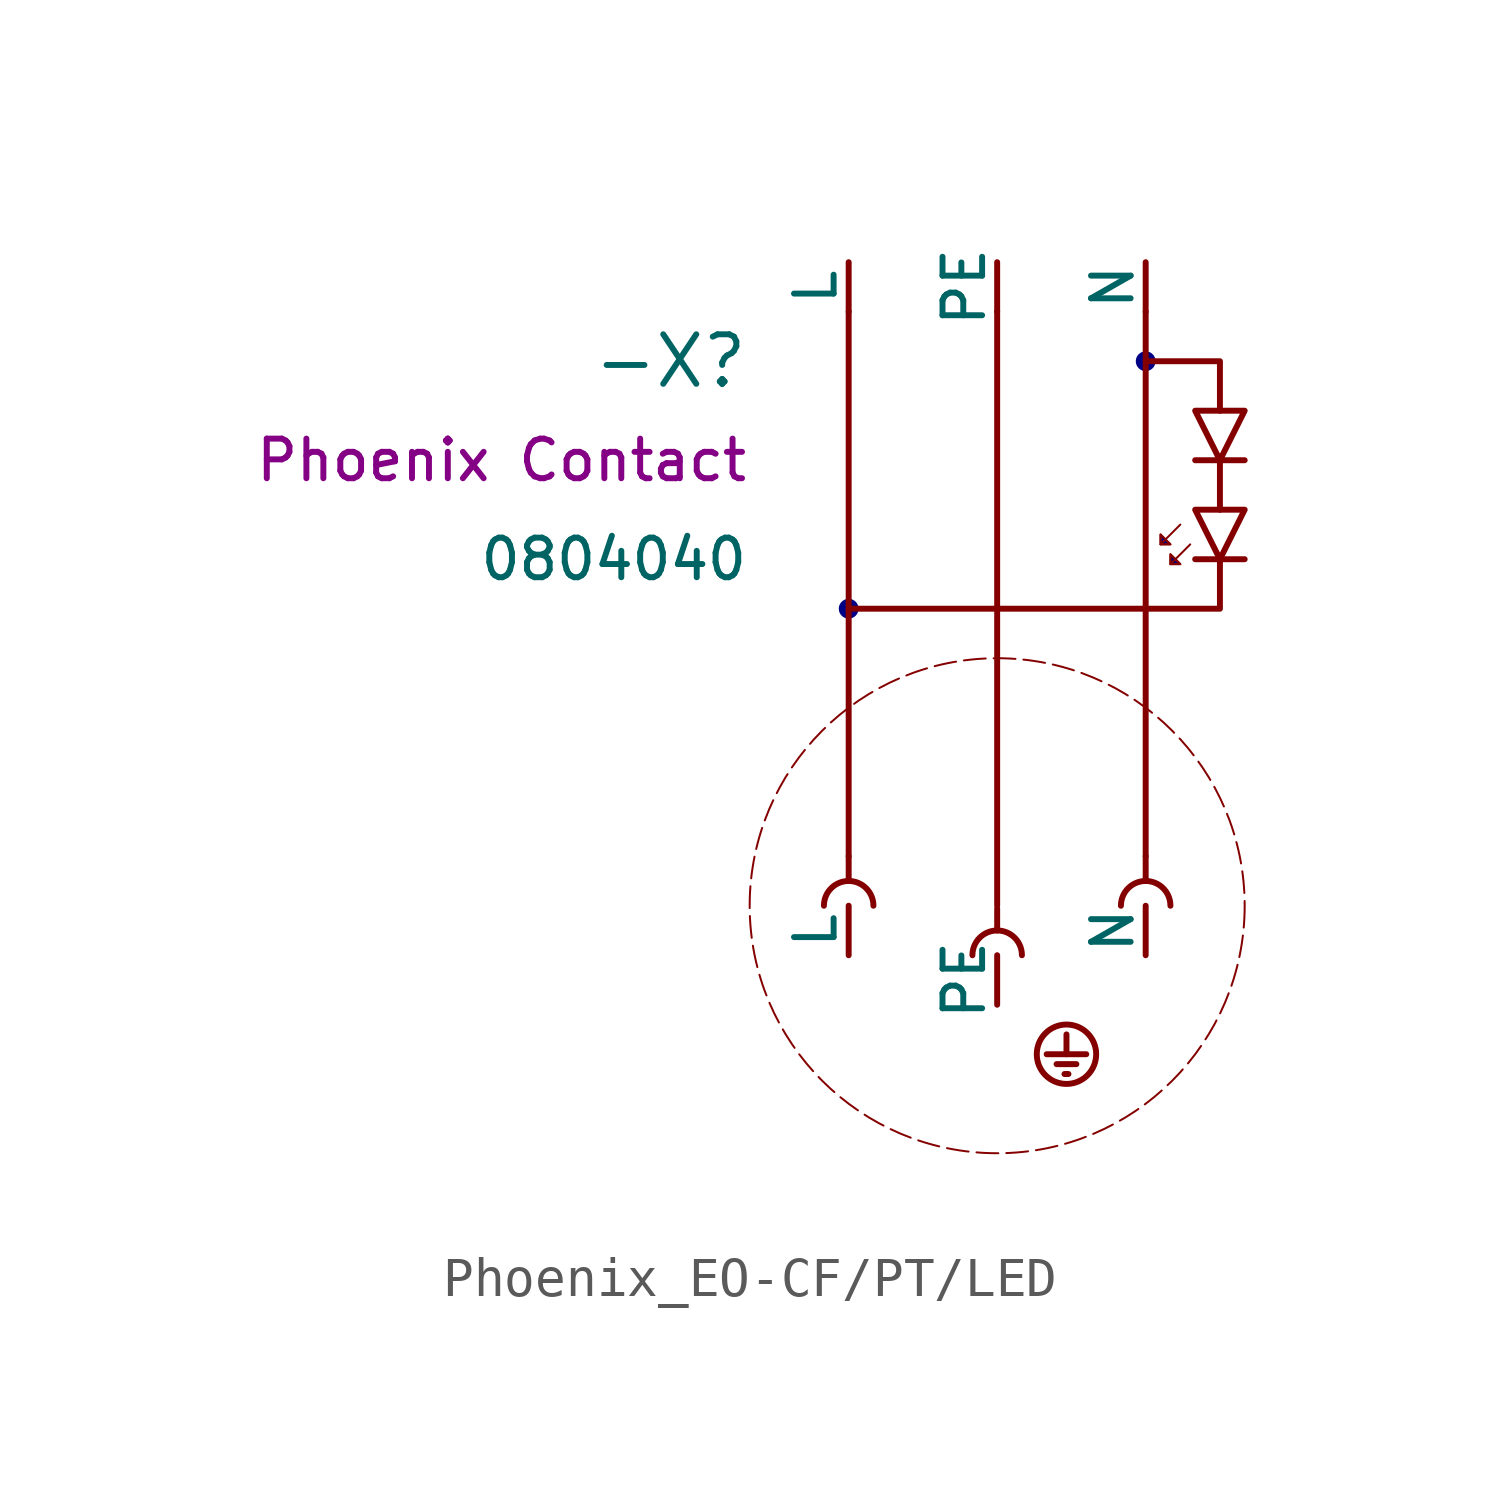
<source format=kicad_sym>
(kicad_symbol_lib
  (version 20231120)
  (generator "kicad_symbol_editor")
  (generator_version "8.0")
  (symbol "Phoenix_EO-CF/PT/LED"
    (pin_numbers hide)
    (pin_names
      (offset 0))
    (property "Reference" "-X"
      (at -2.54 -1.27 0)
      (effects (font (size 1.27 1.27)) (justify right)))
    (property "Value" "${PartNo}"
      (at -2.54 -6.35 0)
      (effects (font (size 1.016 1.016)) (justify right)))
    (property "Manufacturer" "Phoenix Contact"
      (at -2.54 -3.81 0)
      (effects (font (size 1.016 1.016)) (justify right)))
    (property "PartNo" "0804040"
      (at 12.7 -2.54 0)
      (effects (font (size 1.27 1.27)) (justify left) (hide yes)))
    (symbol "Phoenix_EO-CF/PT/LED_0_1"
      (polyline (pts (xy 0 0) (xy 0 -13.97)) (stroke (width 0) (type default)) (fill (type none)))
      (polyline (pts (xy 3.81 0) (xy 3.81 -15.24)) (stroke (width 0) (type default)) (fill (type none)))
      (polyline (pts (xy 7.62 0) (xy 7.62 -13.97)) (stroke (width 0) (type default)) (fill (type none))))
    (symbol "Phoenix_EO-CF/PT/LED_1_1"
      (circle (center 0 -7.62) (radius 0.254) (stroke (width -0.0001) (type default)) (fill (type color) (color 0 0 132 1)))
      (polyline (pts (xy 0 -14.605) (xy 0 -13.97)) (stroke (width 0) (type default)) (fill (type none)))
      (polyline (pts (xy 3.81 -15.875) (xy 3.81 -15.24)) (stroke (width 0) (type default)) (fill (type none)))
      (polyline (pts (xy 5.08 -19.05) (xy 6.096 -19.05)) (stroke (width 0) (type default)) (fill (type none)))
      (polyline (pts (xy 5.334 -19.304) (xy 5.842 -19.304)) (stroke (width 0) (type default)) (fill (type none)))
      (polyline (pts (xy 5.537 -19.558) (xy 5.639 -19.558)) (stroke (width 0) (type default)) (fill (type none)))
      (polyline (pts (xy 5.588 -19.558) (xy 5.588 -19.558)) (stroke (width 0) (type default)) (fill (type none)))
      (polyline (pts (xy 5.588 -19.05) (xy 5.588 -18.542)) (stroke (width 0) (type default)) (fill (type none)))
      (polyline (pts (xy 7.62 -14.605) (xy 7.62 -13.97)) (stroke (width 0) (type default)) (fill (type none)))
      (polyline (pts (xy 8.509 -5.461) (xy 8.001 -5.969)) (stroke (width 0.051) (type default)) (fill (type none)))
      (polyline (pts (xy 8.763 -5.969) (xy 8.255 -6.477)) (stroke (width 0.051) (type default)) (fill (type none)))
      (polyline (pts (xy 8.89 -6.35) (xy 10.16 -6.35)) (stroke (width 0) (type default)) (fill (type none)))
      (polyline (pts (xy 8.89 -3.81) (xy 10.16 -3.81)) (stroke (width 0) (type default)) (fill (type none)))
      (polyline (pts (xy 9.525 -5.08) (xy 9.525 -3.81)) (stroke (width 0) (type default)) (fill (type none)))
      (polyline (pts (xy 9.525 -6.35) (xy 9.525 -7.62) (xy 0 -7.62)) (stroke (width 0) (type default)) (fill (type none)))
      (polyline (pts (xy 9.525 -2.54) (xy 9.525 -1.27) (xy 7.62 -1.27)) (stroke (width 0) (type default)) (fill (type none)))
      (polyline (pts (xy 8.255 -5.969) (xy 8.001 -5.715) (xy 8.001 -5.969) (xy 8.255 -5.969)) (stroke (width 0.051) (type default)) (fill (type color) (color 0 0 132 1)))
      (polyline (pts (xy 8.255 -5.969) (xy 8.001 -5.715) (xy 8.001 -5.969) (xy 8.255 -5.969)) (stroke (width 0.051) (type default)) (fill (type color) (color 0 0 132 1)))
      (polyline (pts (xy 8.509 -6.477) (xy 8.255 -6.223) (xy 8.255 -6.477) (xy 8.509 -6.477)) (stroke (width 0.051) (type default)) (fill (type color) (color 0 0 132 1)))
      (polyline (pts (xy 8.509 -6.477) (xy 8.255 -6.223) (xy 8.255 -6.477) (xy 8.509 -6.477)) (stroke (width 0.051) (type default)) (fill (type color) (color 0 0 132 1)))
      (polyline (pts (xy 8.89 -5.08) (xy 10.16 -5.08) (xy 9.525 -6.35) (xy 8.89 -5.08)) (stroke (width 0) (type default)) (fill (type none)))
      (polyline (pts (xy 8.89 -2.54) (xy 10.16 -2.54) (xy 9.525 -3.81) (xy 8.89 -2.54)) (stroke (width 0) (type default)) (fill (type none)))
      (arc (start 0.635 -15.24) (mid 0 -14.605) (end -0.635 -15.24) (stroke (width 0) (type default)) (fill (type none)))
      (circle (center 3.81 -15.24) (radius 6.35) (stroke (width 0.051) (type dash)) (fill (type none)))
      (arc (start 4.445 -16.51) (mid 3.81 -15.875) (end 3.175 -16.51) (stroke (width 0) (type default)) (fill (type none)))
      (circle (center 5.588 -19.05) (radius 0.762) (stroke (width 0) (type default)) (fill (type none)))
      (circle (center 7.62 -1.27) (radius 0.254) (stroke (width -0.0001) (type default)) (fill (type color) (color 0 0 132 1)))
      (arc (start 8.255 -15.24) (mid 7.62 -14.605) (end 6.985 -15.24) (stroke (width 0) (type default)) (fill (type none)))
      (pin power_out line (at 0 1.27 270) (length 1.27) (name "L" (effects (font (size 1.016 1.016)))) (number "1" (effects (font (size 1.016 1.016)))))
      (pin power_out line (at 3.81 1.27 270) (length 1.27) (name "PE" (effects (font (size 1.016 1.016)))) (number "2" (effects (font (size 1.016 1.016)))))
      (pin power_out line (at 7.62 1.27 270) (length 1.27) (name "N" (effects (font (size 1.016 1.016)))) (number "3" (effects (font (size 1.016 1.016)))))
      (pin power_out line (at 0 -16.51 90) (length 1.27) (name "L" (effects (font (size 1.016 1.016)))) (number "4" (effects (font (size 1.016 1.016)))))
      (pin power_out line (at 3.81 -17.78 90) (length 1.27) (name "PE" (effects (font (size 1.016 1.016)))) (number "5" (effects (font (size 1.016 1.016)))))
      (pin power_out line (at 7.62 -16.51 90) (length 1.27) (name "N" (effects (font (size 1.016 1.016)))) (number "6" (effects (font (size 1.016 1.016))))))))
</source>
